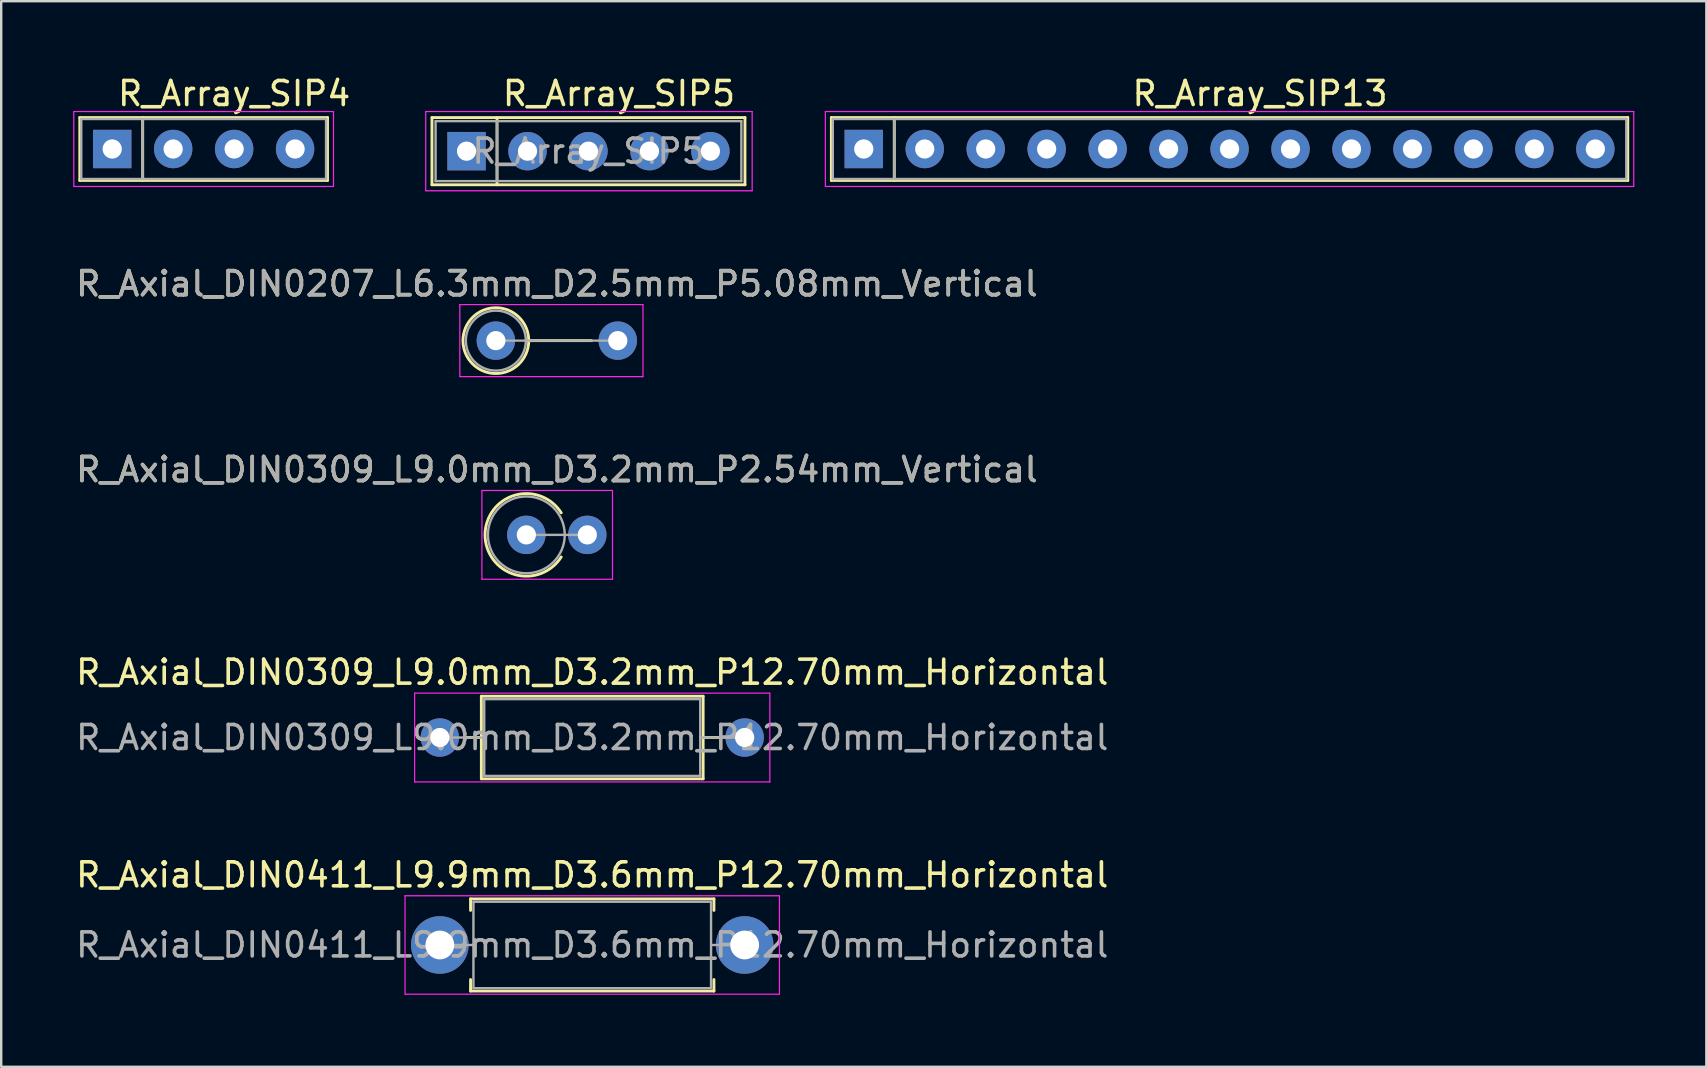
<source format=kicad_pcb>
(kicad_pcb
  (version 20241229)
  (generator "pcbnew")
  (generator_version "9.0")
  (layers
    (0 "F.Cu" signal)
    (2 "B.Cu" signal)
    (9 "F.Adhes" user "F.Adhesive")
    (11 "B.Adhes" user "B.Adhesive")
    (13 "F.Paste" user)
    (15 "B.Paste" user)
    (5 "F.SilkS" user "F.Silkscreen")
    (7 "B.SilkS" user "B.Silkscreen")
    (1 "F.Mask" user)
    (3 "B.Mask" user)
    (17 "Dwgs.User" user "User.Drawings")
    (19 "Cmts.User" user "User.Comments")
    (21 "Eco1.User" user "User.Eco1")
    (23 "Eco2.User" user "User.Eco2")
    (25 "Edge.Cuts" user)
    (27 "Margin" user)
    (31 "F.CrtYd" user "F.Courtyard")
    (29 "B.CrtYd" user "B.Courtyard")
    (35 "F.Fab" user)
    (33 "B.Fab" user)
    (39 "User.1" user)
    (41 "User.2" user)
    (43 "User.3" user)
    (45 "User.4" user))
  (footprint "R_Axial_DIN0411_L9.9mm_D3.6mm_P12.70mm_Horizontal"
    (layer "F.Cu")
    (at 15.275 36.321)
    (property "Reference" "R_Axial_DIN0411_L9.9mm_D3.6mm_P12.70mm_Horizontal" (at 6.35 -2.92 0) (layer "F.SilkS") (effects (font (size 1 1) (thickness 0.15))))
    (attr through_hole)
    (fp_line (start 1.28 -1.92) (end 11.42 -1.92) (stroke (width 0.12) (type solid)) (layer "F.SilkS"))
    (fp_line (start 1.28 -1.44) (end 1.28 -1.92) (stroke (width 0.12) (type solid)) (layer "F.SilkS"))
    (fp_line (start 1.28 1.44) (end 1.28 1.92) (stroke (width 0.12) (type solid)) (layer "F.SilkS"))
    (fp_line (start 1.28 1.92) (end 11.42 1.92) (stroke (width 0.12) (type solid)) (layer "F.SilkS"))
    (fp_line (start 11.42 -1.92) (end 11.42 -1.44) (stroke (width 0.12) (type solid)) (layer "F.SilkS"))
    (fp_line (start 11.42 1.92) (end 11.42 1.44) (stroke (width 0.12) (type solid)) (layer "F.SilkS"))
    (fp_line (start -1.45 -2.05) (end -1.45 2.05) (stroke (width 0.05) (type solid)) (layer "F.CrtYd"))
    (fp_line (start -1.45 2.05) (end 14.15 2.05) (stroke (width 0.05) (type solid)) (layer "F.CrtYd"))
    (fp_line (start 14.15 -2.05) (end -1.45 -2.05) (stroke (width 0.05) (type solid)) (layer "F.CrtYd"))
    (fp_line (start 14.15 2.05) (end 14.15 -2.05) (stroke (width 0.05) (type solid)) (layer "F.CrtYd"))
    (fp_line (start 0 0) (end 1.4 0) (stroke (width 0.1) (type solid)) (layer "F.Fab"))
    (fp_line (start 1.4 -1.8) (end 1.4 1.8) (stroke (width 0.1) (type solid)) (layer "F.Fab"))
    (fp_line (start 1.4 1.8) (end 11.3 1.8) (stroke (width 0.1) (type solid)) (layer "F.Fab"))
    (fp_line (start 11.3 -1.8) (end 1.4 -1.8) (stroke (width 0.1) (type solid)) (layer "F.Fab"))
    (fp_line (start 11.3 1.8) (end 11.3 -1.8) (stroke (width 0.1) (type solid)) (layer "F.Fab"))
    (fp_line (start 12.7 0) (end 11.3 0) (stroke (width 0.1) (type solid)) (layer "F.Fab"))
    (fp_text user "${REFERENCE}" (at 6.35 0 0) (layer "F.Fab") (effects (font (size 1 1) (thickness 0.15))))
    (pad "1" thru_hole circle (at 0 0) (size 2.4 2.4) (drill 1.2) (layers "*.Cu" "*.Mask"))
    (pad "2" thru_hole oval (at 12.7 0) (size 2.4 2.4) (drill 1.2) (layers "*.Cu" "*.Mask")))
  (footprint "R_Axial_DIN0309_L9.0mm_D3.2mm_P12.70mm_Horizontal"
    (layer "F.Cu")
    (at 15.275 27.678)
    (property "Reference" "R_Axial_DIN0309_L9.0mm_D3.2mm_P12.70mm_Horizontal" (at 6.35 -2.72 0) (layer "F.SilkS") (effects (font (size 1 1) (thickness 0.15))))
    (attr through_hole)
    (fp_line (start 1.04 0) (end 1.73 0) (stroke (width 0.12) (type solid)) (layer "F.SilkS"))
    (fp_line (start 1.73 -1.72) (end 1.73 1.72) (stroke (width 0.12) (type solid)) (layer "F.SilkS"))
    (fp_line (start 1.73 1.72) (end 10.97 1.72) (stroke (width 0.12) (type solid)) (layer "F.SilkS"))
    (fp_line (start 10.97 -1.72) (end 1.73 -1.72) (stroke (width 0.12) (type solid)) (layer "F.SilkS"))
    (fp_line (start 10.97 1.72) (end 10.97 -1.72) (stroke (width 0.12) (type solid)) (layer "F.SilkS"))
    (fp_line (start 11.66 0) (end 10.97 0) (stroke (width 0.12) (type solid)) (layer "F.SilkS"))
    (fp_line (start -1.05 -1.85) (end -1.05 1.85) (stroke (width 0.05) (type solid)) (layer "F.CrtYd"))
    (fp_line (start -1.05 1.85) (end 13.75 1.85) (stroke (width 0.05) (type solid)) (layer "F.CrtYd"))
    (fp_line (start 13.75 -1.85) (end -1.05 -1.85) (stroke (width 0.05) (type solid)) (layer "F.CrtYd"))
    (fp_line (start 13.75 1.85) (end 13.75 -1.85) (stroke (width 0.05) (type solid)) (layer "F.CrtYd"))
    (fp_line (start 0 0) (end 1.85 0) (stroke (width 0.1) (type solid)) (layer "F.Fab"))
    (fp_line (start 1.85 -1.6) (end 1.85 1.6) (stroke (width 0.1) (type solid)) (layer "F.Fab"))
    (fp_line (start 1.85 1.6) (end 10.85 1.6) (stroke (width 0.1) (type solid)) (layer "F.Fab"))
    (fp_line (start 10.85 -1.6) (end 1.85 -1.6) (stroke (width 0.1) (type solid)) (layer "F.Fab"))
    (fp_line (start 10.85 1.6) (end 10.85 -1.6) (stroke (width 0.1) (type solid)) (layer "F.Fab"))
    (fp_line (start 12.7 0) (end 10.85 0) (stroke (width 0.1) (type solid)) (layer "F.Fab"))
    (fp_text user "${REFERENCE}" (at 6.35 0 0) (layer "F.Fab") (effects (font (size 1 1) (thickness 0.15))))
    (pad "1" thru_hole circle (at 0 0) (size 1.6 1.6) (drill 0.8) (layers "*.Cu" "*.Mask"))
    (pad "2" thru_hole oval (at 12.7 0) (size 1.6 1.6) (drill 0.8) (layers "*.Cu" "*.Mask")))
  (footprint "R_Axial_DIN0207_L6.3mm_D2.5mm_P5.08mm_Vertical"
    (layer "F.Cu")
    (at 17.609 11.142)
    (property "Reference" "R_Axial_DIN0207_L6.3mm_D2.5mm_P5.08mm_Vertical" (at 2.54 -2.37 0) (layer "F.SilkS") (effects (font (size 1 1) (thickness 0.15))))
    (attr through_hole)
    (fp_line (start 1.37 0) (end 3.98 0) (stroke (width 0.12) (type solid)) (layer "F.SilkS"))
    (fp_circle (center 0 0) (end 1.37 0) (stroke (width 0.12) (type solid)) (fill no) (layer "F.SilkS"))
    (fp_line (start -1.5 -1.5) (end -1.5 1.5) (stroke (width 0.05) (type solid)) (layer "F.CrtYd"))
    (fp_line (start -1.5 1.5) (end 6.13 1.5) (stroke (width 0.05) (type solid)) (layer "F.CrtYd"))
    (fp_line (start 6.13 -1.5) (end -1.5 -1.5) (stroke (width 0.05) (type solid)) (layer "F.CrtYd"))
    (fp_line (start 6.13 1.5) (end 6.13 -1.5) (stroke (width 0.05) (type solid)) (layer "F.CrtYd"))
    (fp_line (start 0 0) (end 5.08 0) (stroke (width 0.1) (type solid)) (layer "F.Fab"))
    (fp_circle (center 0 0) (end 1.25 0) (stroke (width 0.1) (type solid)) (fill no) (layer "F.Fab"))
    (fp_text user "${REFERENCE}" (at 2.54 -2.37 0) (layer "F.Fab") (effects (font (size 1 1) (thickness 0.15))))
    (pad "1" thru_hole circle (at 0 0) (size 1.6 1.6) (drill 0.8) (layers "*.Cu" "*.Mask"))
    (pad "2" thru_hole oval (at 5.08 0) (size 1.6 1.6) (drill 0.8) (layers "*.Cu" "*.Mask")))
  (footprint "R_Array_SIP5"
    (layer "F.Cu")
    (at 16.388 3.248)
    (property "Reference" "R_Array_SIP5" (at 6.35 -2.4 0) (layer "F.SilkS") (effects (font (size 1 1) (thickness 0.15))))
    (attr through_hole)
    (fp_line (start -1.44 -1.4) (end -1.44 1.4) (stroke (width 0.12) (type solid)) (layer "F.SilkS"))
    (fp_line (start -1.44 1.4) (end 11.6 1.4) (stroke (width 0.12) (type solid)) (layer "F.SilkS"))
    (fp_line (start 1.27 -1.4) (end 1.27 1.4) (stroke (width 0.12) (type solid)) (layer "F.SilkS"))
    (fp_line (start 11.6 -1.4) (end -1.44 -1.4) (stroke (width 0.12) (type solid)) (layer "F.SilkS"))
    (fp_line (start 11.6 1.4) (end 11.6 -1.4) (stroke (width 0.12) (type solid)) (layer "F.SilkS"))
    (fp_line (start -1.7 -1.65) (end -1.7 1.65) (stroke (width 0.05) (type solid)) (layer "F.CrtYd"))
    (fp_line (start -1.7 1.65) (end 11.9 1.65) (stroke (width 0.05) (type solid)) (layer "F.CrtYd"))
    (fp_line (start 11.9 -1.65) (end -1.7 -1.65) (stroke (width 0.05) (type solid)) (layer "F.CrtYd"))
    (fp_line (start 11.9 1.65) (end 11.9 -1.65) (stroke (width 0.05) (type solid)) (layer "F.CrtYd"))
    (fp_line (start -1.29 -1.25) (end -1.29 1.25) (stroke (width 0.1) (type solid)) (layer "F.Fab"))
    (fp_line (start -1.29 1.25) (end 11.45 1.25) (stroke (width 0.1) (type solid)) (layer "F.Fab"))
    (fp_line (start 1.27 -1.25) (end 1.27 1.25) (stroke (width 0.1) (type solid)) (layer "F.Fab"))
    (fp_line (start 11.45 -1.25) (end -1.29 -1.25) (stroke (width 0.1) (type solid)) (layer "F.Fab"))
    (fp_line (start 11.45 1.25) (end 11.45 -1.25) (stroke (width 0.1) (type solid)) (layer "F.Fab"))
    (fp_text user "${REFERENCE}" (at 5.08 0 0) (layer "F.Fab") (effects (font (size 1 1) (thickness 0.15))))
    (pad "1" thru_hole rect (at 0 0) (size 1.6 1.6) (drill 0.8) (layers "*.Cu" "*.Mask"))
    (pad "2" thru_hole oval (at 2.54 0) (size 1.6 1.6) (drill 0.8) (layers "*.Cu" "*.Mask"))
    (pad "3" thru_hole oval (at 5.08 0) (size 1.6 1.6) (drill 0.8) (layers "*.Cu" "*.Mask"))
    (pad "4" thru_hole oval (at 7.62 0) (size 1.6 1.6) (drill 0.8) (layers "*.Cu" "*.Mask"))
    (pad "5" thru_hole oval (at 10.16 0) (size 1.6 1.6) (drill 0.8) (layers "*.Cu" "*.Mask")))
  (footprint "R_Array_SIP13"
    (layer "F.Cu")
    (at 32.938 3.158)
    (property "Reference" "R_Array_SIP13" (at 16.51 -2.31 0) (layer "F.SilkS") (effects (font (size 1 1) (thickness 0.15))))
    (attr through_hole)
    (fp_line (start -1.35 -1.31) (end -1.35 1.31) (stroke (width 0.12) (type solid)) (layer "F.SilkS"))
    (fp_line (start -1.35 1.31) (end 31.83 1.31) (stroke (width 0.12) (type solid)) (layer "F.SilkS"))
    (fp_line (start 1.27 -1.31) (end 1.27 1.31) (stroke (width 0.12) (type solid)) (layer "F.SilkS"))
    (fp_line (start 31.83 -1.31) (end -1.35 -1.31) (stroke (width 0.12) (type solid)) (layer "F.SilkS"))
    (fp_line (start 31.83 1.31) (end 31.83 -1.31) (stroke (width 0.12) (type solid)) (layer "F.SilkS"))
    (fp_line (start -1.6 -1.56) (end -1.6 1.56) (stroke (width 0.05) (type solid)) (layer "F.CrtYd"))
    (fp_line (start -1.6 1.56) (end 32.08 1.56) (stroke (width 0.05) (type solid)) (layer "F.CrtYd"))
    (fp_line (start 32.08 -1.56) (end -1.6 -1.56) (stroke (width 0.05) (type solid)) (layer "F.CrtYd"))
    (fp_line (start 32.08 1.56) (end 32.08 -1.56) (stroke (width 0.05) (type solid)) (layer "F.CrtYd"))
    (fp_line (start -1.29 -1.25) (end -1.29 1.25) (stroke (width 0.1) (type solid)) (layer "F.Fab"))
    (fp_line (start -1.29 1.25) (end 31.77 1.25) (stroke (width 0.1) (type solid)) (layer "F.Fab"))
    (fp_line (start 1.27 -1.25) (end 1.27 1.25) (stroke (width 0.1) (type solid)) (layer "F.Fab"))
    (fp_line (start 31.77 -1.25) (end -1.29 -1.25) (stroke (width 0.1) (type solid)) (layer "F.Fab"))
    (fp_line (start 31.77 1.25) (end 31.77 -1.25) (stroke (width 0.1) (type solid)) (layer "F.Fab"))
    (pad "1" thru_hole rect (at 0 0) (size 1.6 1.6) (drill 0.8) (layers "*.Cu" "*.Mask"))
    (pad "2" thru_hole circle (at 2.54 0) (size 1.6 1.6) (drill 0.8) (layers "*.Cu" "*.Mask"))
    (pad "3" thru_hole circle (at 5.08 0) (size 1.6 1.6) (drill 0.8) (layers "*.Cu" "*.Mask"))
    (pad "4" thru_hole circle (at 7.62 0) (size 1.6 1.6) (drill 0.8) (layers "*.Cu" "*.Mask"))
    (pad "5" thru_hole circle (at 10.16 0) (size 1.6 1.6) (drill 0.8) (layers "*.Cu" "*.Mask"))
    (pad "6" thru_hole circle (at 12.7 0) (size 1.6 1.6) (drill 0.8) (layers "*.Cu" "*.Mask"))
    (pad "7" thru_hole circle (at 15.24 0) (size 1.6 1.6) (drill 0.8) (layers "*.Cu" "*.Mask"))
    (pad "8" thru_hole circle (at 17.78 0) (size 1.6 1.6) (drill 0.8) (layers "*.Cu" "*.Mask"))
    (pad "9" thru_hole circle (at 20.32 0) (size 1.6 1.6) (drill 0.8) (layers "*.Cu" "*.Mask"))
    (pad "10" thru_hole circle (at 22.86 0) (size 1.6 1.6) (drill 0.8) (layers "*.Cu" "*.Mask"))
    (pad "11" thru_hole circle (at 25.4 0) (size 1.6 1.6) (drill 0.8) (layers "*.Cu" "*.Mask"))
    (pad "12" thru_hole circle (at 27.94 0) (size 1.6 1.6) (drill 0.8) (layers "*.Cu" "*.Mask"))
    (pad "13" thru_hole circle (at 30.48 0) (size 1.6 1.6) (drill 0.8) (layers "*.Cu" "*.Mask")))
  (footprint "R_Axial_DIN0309_L9.0mm_D3.2mm_P2.54mm_Vertical"
    (layer "F.Cu")
    (at 18.879 19.235)
    (property "Reference" "R_Axial_DIN0309_L9.0mm_D3.2mm_P2.54mm_Vertical" (at 1.27 -2.72 0) (layer "F.SilkS") (effects (font (size 1 1) (thickness 0.15))))
    (attr through_hole)
    (fp_arc (start 1.453272 0.92) (mid -1.72 0) (end 1.453272 -0.92) (stroke (width 0.12) (type solid)) (layer "F.SilkS"))
    (fp_line (start -1.85 -1.85) (end -1.85 1.85) (stroke (width 0.05) (type solid)) (layer "F.CrtYd"))
    (fp_line (start -1.85 1.85) (end 3.59 1.85) (stroke (width 0.05) (type solid)) (layer "F.CrtYd"))
    (fp_line (start 3.59 -1.85) (end -1.85 -1.85) (stroke (width 0.05) (type solid)) (layer "F.CrtYd"))
    (fp_line (start 3.59 1.85) (end 3.59 -1.85) (stroke (width 0.05) (type solid)) (layer "F.CrtYd"))
    (fp_line (start 0 0) (end 2.54 0) (stroke (width 0.1) (type solid)) (layer "F.Fab"))
    (fp_circle (center 0 0) (end 1.6 0) (stroke (width 0.1) (type solid)) (fill no) (layer "F.Fab"))
    (fp_text user "${REFERENCE}" (at 1.27 -2.72 0) (layer "F.Fab") (effects (font (size 1 1) (thickness 0.15))))
    (pad "1" thru_hole circle (at 0 0) (size 1.6 1.6) (drill 0.8) (layers "*.Cu" "*.Mask"))
    (pad "2" thru_hole circle (at 2.54 0) (size 1.6 1.6) (drill 0.8) (layers "*.Cu" "*.Mask")))
  (footprint "R_Array_SIP4"
    (layer "F.Cu")
    (at 1.625 3.158)
    (property "Reference" "R_Array_SIP4" (at 5.08 -2.31 0) (layer "F.SilkS") (effects (font (size 1 1) (thickness 0.15))))
    (attr through_hole)
    (fp_line (start -1.35 -1.31) (end -1.35 1.31) (stroke (width 0.12) (type solid)) (layer "F.SilkS"))
    (fp_line (start -1.35 1.31) (end 8.97 1.31) (stroke (width 0.12) (type solid)) (layer "F.SilkS"))
    (fp_line (start 1.27 -1.31) (end 1.27 1.31) (stroke (width 0.12) (type solid)) (layer "F.SilkS"))
    (fp_line (start 8.97 -1.31) (end -1.35 -1.31) (stroke (width 0.12) (type solid)) (layer "F.SilkS"))
    (fp_line (start 8.97 1.31) (end 8.97 -1.31) (stroke (width 0.12) (type solid)) (layer "F.SilkS"))
    (fp_line (start -1.6 -1.56) (end -1.6 1.56) (stroke (width 0.05) (type solid)) (layer "F.CrtYd"))
    (fp_line (start -1.6 1.56) (end 9.22 1.56) (stroke (width 0.05) (type solid)) (layer "F.CrtYd"))
    (fp_line (start 9.22 -1.56) (end -1.6 -1.56) (stroke (width 0.05) (type solid)) (layer "F.CrtYd"))
    (fp_line (start 9.22 1.56) (end 9.22 -1.56) (stroke (width 0.05) (type solid)) (layer "F.CrtYd"))
    (fp_line (start -1.29 -1.25) (end -1.29 1.25) (stroke (width 0.1) (type solid)) (layer "F.Fab"))
    (fp_line (start -1.29 1.25) (end 8.91 1.25) (stroke (width 0.1) (type solid)) (layer "F.Fab"))
    (fp_line (start 1.27 -1.25) (end 1.27 1.25) (stroke (width 0.1) (type solid)) (layer "F.Fab"))
    (fp_line (start 8.91 -1.25) (end -1.29 -1.25) (stroke (width 0.1) (type solid)) (layer "F.Fab"))
    (fp_line (start 8.91 1.25) (end 8.91 -1.25) (stroke (width 0.1) (type solid)) (layer "F.Fab"))
    (pad "1" thru_hole rect (at 0 0) (size 1.6 1.6) (drill 0.8) (layers "*.Cu" "*.Mask"))
    (pad "2" thru_hole circle (at 2.54 0) (size 1.6 1.6) (drill 0.8) (layers "*.Cu" "*.Mask"))
    (pad "3" thru_hole circle (at 5.08 0) (size 1.6 1.6) (drill 0.8) (layers "*.Cu" "*.Mask"))
    (pad "4" thru_hole circle (at 7.62 0) (size 1.6 1.6) (drill 0.8) (layers "*.Cu" "*.Mask")))
  (gr_rect
    (start -3 -3)
    (end 68.043 41.396)
    (stroke (width 0.1) (type default))
    (fill no)
    (layer "Edge.Cuts")))
</source>
